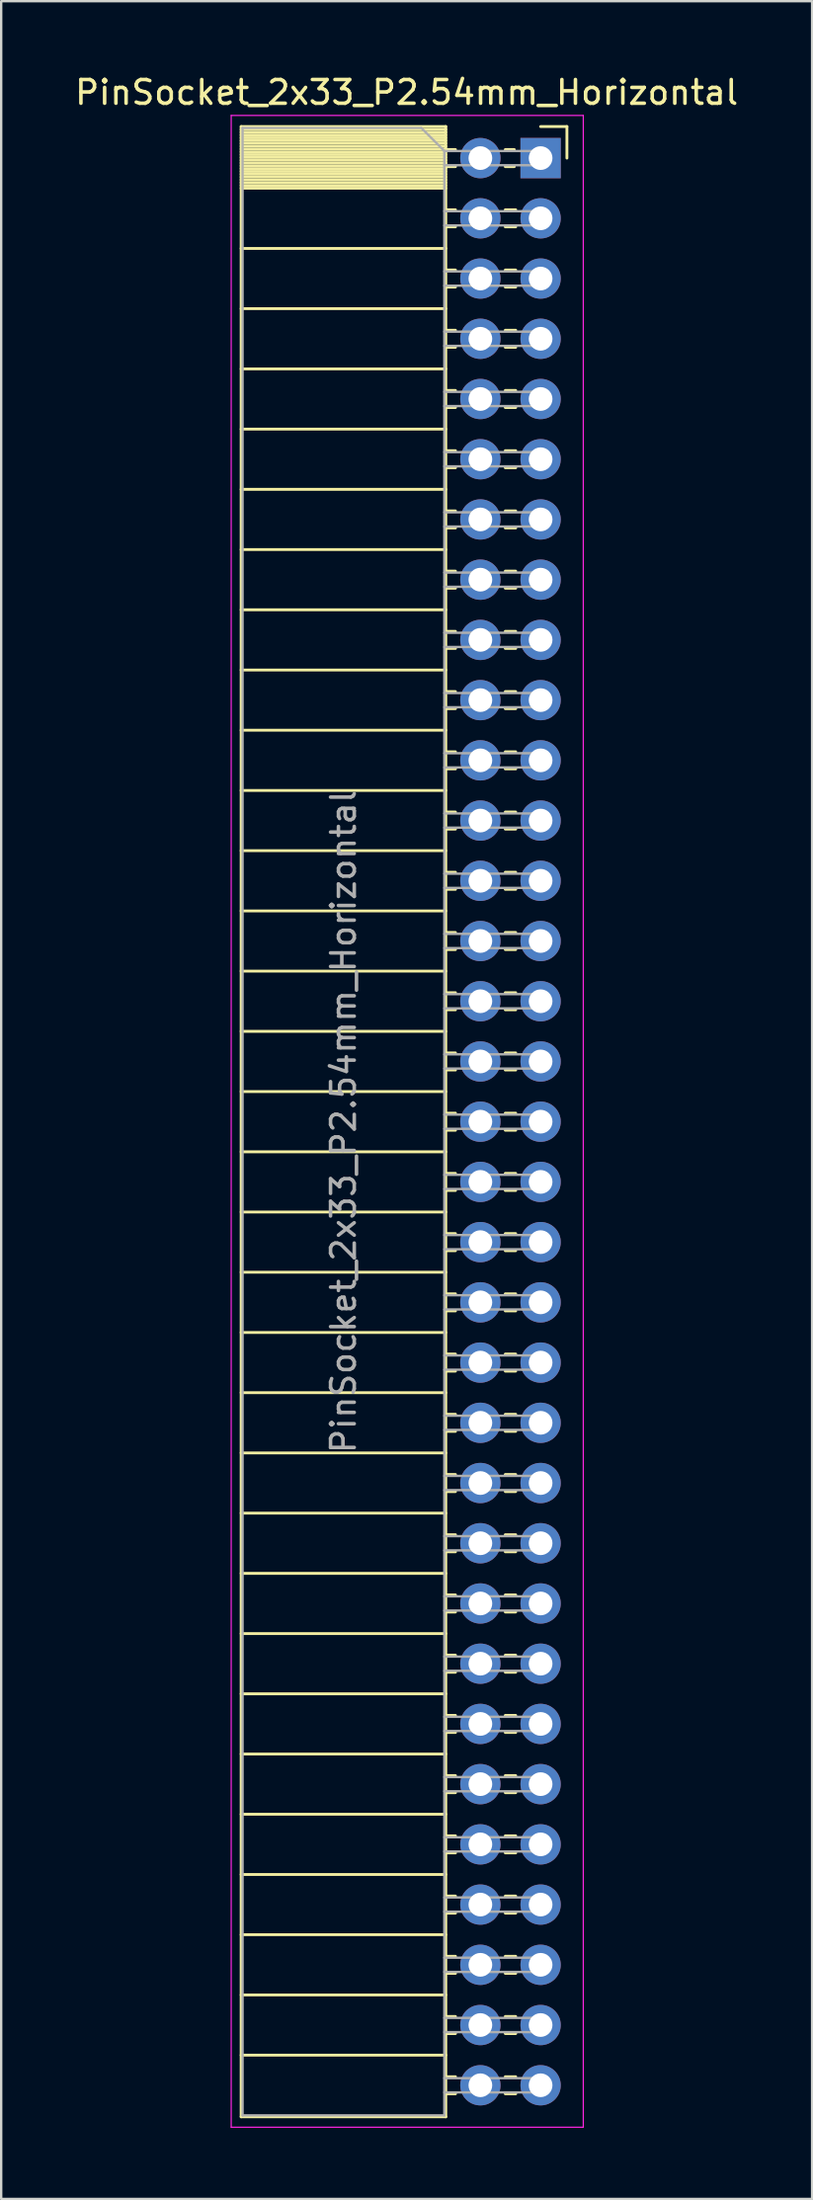
<source format=kicad_pcb>
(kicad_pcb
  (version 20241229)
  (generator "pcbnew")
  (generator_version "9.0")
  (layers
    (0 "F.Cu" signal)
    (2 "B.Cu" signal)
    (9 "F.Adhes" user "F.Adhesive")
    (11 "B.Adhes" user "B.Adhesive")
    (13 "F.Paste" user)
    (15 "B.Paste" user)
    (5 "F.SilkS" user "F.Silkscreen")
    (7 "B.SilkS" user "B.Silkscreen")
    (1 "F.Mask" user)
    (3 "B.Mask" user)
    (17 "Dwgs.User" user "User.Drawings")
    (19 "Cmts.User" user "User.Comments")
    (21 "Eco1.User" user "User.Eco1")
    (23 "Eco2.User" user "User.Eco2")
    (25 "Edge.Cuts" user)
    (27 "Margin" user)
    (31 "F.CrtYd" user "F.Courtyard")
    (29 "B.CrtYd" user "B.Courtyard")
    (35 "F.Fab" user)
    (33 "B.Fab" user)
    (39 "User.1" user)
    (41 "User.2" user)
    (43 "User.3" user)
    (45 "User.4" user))
  (footprint "PinSocket_2x33_P2.54mm_Horizontal"
    (layer "F.Cu")
    (at 19.751 3.618)
    (property "Reference" "PinSocket_2x33_P2.54mm_Horizontal" (at -5.65 -2.77 0) (layer "F.SilkS") (effects (font (size 1 1) (thickness 0.15))))
    (attr through_hole)
    (fp_line (start -12.63 -1.33) (end -12.63 82.61) (stroke (width 0.12) (type solid)) (layer "F.SilkS"))
    (fp_line (start -12.63 -1.33) (end -4 -1.33) (stroke (width 0.12) (type solid)) (layer "F.SilkS"))
    (fp_line (start -12.63 -1.21) (end -4 -1.21) (stroke (width 0.12) (type solid)) (layer "F.SilkS"))
    (fp_line (start -12.63 -1.092) (end -4 -1.092) (stroke (width 0.12) (type solid)) (layer "F.SilkS"))
    (fp_line (start -12.63 -0.974) (end -4 -0.974) (stroke (width 0.12) (type solid)) (layer "F.SilkS"))
    (fp_line (start -12.63 -0.856) (end -4 -0.856) (stroke (width 0.12) (type solid)) (layer "F.SilkS"))
    (fp_line (start -12.63 -0.738) (end -4 -0.738) (stroke (width 0.12) (type solid)) (layer "F.SilkS"))
    (fp_line (start -12.63 -0.62) (end -4 -0.62) (stroke (width 0.12) (type solid)) (layer "F.SilkS"))
    (fp_line (start -12.63 -0.501) (end -4 -0.501) (stroke (width 0.12) (type solid)) (layer "F.SilkS"))
    (fp_line (start -12.63 -0.383) (end -4 -0.383) (stroke (width 0.12) (type solid)) (layer "F.SilkS"))
    (fp_line (start -12.63 -0.265) (end -4 -0.265) (stroke (width 0.12) (type solid)) (layer "F.SilkS"))
    (fp_line (start -12.63 -0.147) (end -4 -0.147) (stroke (width 0.12) (type solid)) (layer "F.SilkS"))
    (fp_line (start -12.63 -0.029) (end -4 -0.029) (stroke (width 0.12) (type solid)) (layer "F.SilkS"))
    (fp_line (start -12.63 0.089) (end -4 0.089) (stroke (width 0.12) (type solid)) (layer "F.SilkS"))
    (fp_line (start -12.63 0.207) (end -4 0.207) (stroke (width 0.12) (type solid)) (layer "F.SilkS"))
    (fp_line (start -12.63 0.325) (end -4 0.325) (stroke (width 0.12) (type solid)) (layer "F.SilkS"))
    (fp_line (start -12.63 0.443) (end -4 0.443) (stroke (width 0.12) (type solid)) (layer "F.SilkS"))
    (fp_line (start -12.63 0.561) (end -4 0.561) (stroke (width 0.12) (type solid)) (layer "F.SilkS"))
    (fp_line (start -12.63 0.68) (end -4 0.68) (stroke (width 0.12) (type solid)) (layer "F.SilkS"))
    (fp_line (start -12.63 0.798) (end -4 0.798) (stroke (width 0.12) (type solid)) (layer "F.SilkS"))
    (fp_line (start -12.63 0.916) (end -4 0.916) (stroke (width 0.12) (type solid)) (layer "F.SilkS"))
    (fp_line (start -12.63 1.034) (end -4 1.034) (stroke (width 0.12) (type solid)) (layer "F.SilkS"))
    (fp_line (start -12.63 1.152) (end -4 1.152) (stroke (width 0.12) (type solid)) (layer "F.SilkS"))
    (fp_line (start -12.63 1.27) (end -4 1.27) (stroke (width 0.12) (type solid)) (layer "F.SilkS"))
    (fp_line (start -12.63 3.81) (end -4 3.81) (stroke (width 0.12) (type solid)) (layer "F.SilkS"))
    (fp_line (start -12.63 6.35) (end -4 6.35) (stroke (width 0.12) (type solid)) (layer "F.SilkS"))
    (fp_line (start -12.63 8.89) (end -4 8.89) (stroke (width 0.12) (type solid)) (layer "F.SilkS"))
    (fp_line (start -12.63 11.43) (end -4 11.43) (stroke (width 0.12) (type solid)) (layer "F.SilkS"))
    (fp_line (start -12.63 13.97) (end -4 13.97) (stroke (width 0.12) (type solid)) (layer "F.SilkS"))
    (fp_line (start -12.63 16.51) (end -4 16.51) (stroke (width 0.12) (type solid)) (layer "F.SilkS"))
    (fp_line (start -12.63 19.05) (end -4 19.05) (stroke (width 0.12) (type solid)) (layer "F.SilkS"))
    (fp_line (start -12.63 21.59) (end -4 21.59) (stroke (width 0.12) (type solid)) (layer "F.SilkS"))
    (fp_line (start -12.63 24.13) (end -4 24.13) (stroke (width 0.12) (type solid)) (layer "F.SilkS"))
    (fp_line (start -12.63 26.67) (end -4 26.67) (stroke (width 0.12) (type solid)) (layer "F.SilkS"))
    (fp_line (start -12.63 29.21) (end -4 29.21) (stroke (width 0.12) (type solid)) (layer "F.SilkS"))
    (fp_line (start -12.63 31.75) (end -4 31.75) (stroke (width 0.12) (type solid)) (layer "F.SilkS"))
    (fp_line (start -12.63 34.29) (end -4 34.29) (stroke (width 0.12) (type solid)) (layer "F.SilkS"))
    (fp_line (start -12.63 36.83) (end -4 36.83) (stroke (width 0.12) (type solid)) (layer "F.SilkS"))
    (fp_line (start -12.63 39.37) (end -4 39.37) (stroke (width 0.12) (type solid)) (layer "F.SilkS"))
    (fp_line (start -12.63 41.91) (end -4 41.91) (stroke (width 0.12) (type solid)) (layer "F.SilkS"))
    (fp_line (start -12.63 44.45) (end -4 44.45) (stroke (width 0.12) (type solid)) (layer "F.SilkS"))
    (fp_line (start -12.63 46.99) (end -4 46.99) (stroke (width 0.12) (type solid)) (layer "F.SilkS"))
    (fp_line (start -12.63 49.53) (end -4 49.53) (stroke (width 0.12) (type solid)) (layer "F.SilkS"))
    (fp_line (start -12.63 52.07) (end -4 52.07) (stroke (width 0.12) (type solid)) (layer "F.SilkS"))
    (fp_line (start -12.63 54.61) (end -4 54.61) (stroke (width 0.12) (type solid)) (layer "F.SilkS"))
    (fp_line (start -12.63 57.15) (end -4 57.15) (stroke (width 0.12) (type solid)) (layer "F.SilkS"))
    (fp_line (start -12.63 59.69) (end -4 59.69) (stroke (width 0.12) (type solid)) (layer "F.SilkS"))
    (fp_line (start -12.63 62.23) (end -4 62.23) (stroke (width 0.12) (type solid)) (layer "F.SilkS"))
    (fp_line (start -12.63 64.77) (end -4 64.77) (stroke (width 0.12) (type solid)) (layer "F.SilkS"))
    (fp_line (start -12.63 67.31) (end -4 67.31) (stroke (width 0.12) (type solid)) (layer "F.SilkS"))
    (fp_line (start -12.63 69.85) (end -4 69.85) (stroke (width 0.12) (type solid)) (layer "F.SilkS"))
    (fp_line (start -12.63 72.39) (end -4 72.39) (stroke (width 0.12) (type solid)) (layer "F.SilkS"))
    (fp_line (start -12.63 74.93) (end -4 74.93) (stroke (width 0.12) (type solid)) (layer "F.SilkS"))
    (fp_line (start -12.63 77.47) (end -4 77.47) (stroke (width 0.12) (type solid)) (layer "F.SilkS"))
    (fp_line (start -12.63 80.01) (end -4 80.01) (stroke (width 0.12) (type solid)) (layer "F.SilkS"))
    (fp_line (start -12.63 82.61) (end -4 82.61) (stroke (width 0.12) (type solid)) (layer "F.SilkS"))
    (fp_line (start -4 -1.33) (end -4 82.61) (stroke (width 0.12) (type solid)) (layer "F.SilkS"))
    (fp_line (start -4 -0.36) (end -3.59 -0.36) (stroke (width 0.12) (type solid)) (layer "F.SilkS"))
    (fp_line (start -4 0.36) (end -3.59 0.36) (stroke (width 0.12) (type solid)) (layer "F.SilkS"))
    (fp_line (start -4 2.18) (end -3.59 2.18) (stroke (width 0.12) (type solid)) (layer "F.SilkS"))
    (fp_line (start -4 2.9) (end -3.59 2.9) (stroke (width 0.12) (type solid)) (layer "F.SilkS"))
    (fp_line (start -4 4.72) (end -3.59 4.72) (stroke (width 0.12) (type solid)) (layer "F.SilkS"))
    (fp_line (start -4 5.44) (end -3.59 5.44) (stroke (width 0.12) (type solid)) (layer "F.SilkS"))
    (fp_line (start -4 7.26) (end -3.59 7.26) (stroke (width 0.12) (type solid)) (layer "F.SilkS"))
    (fp_line (start -4 7.98) (end -3.59 7.98) (stroke (width 0.12) (type solid)) (layer "F.SilkS"))
    (fp_line (start -4 9.8) (end -3.59 9.8) (stroke (width 0.12) (type solid)) (layer "F.SilkS"))
    (fp_line (start -4 10.52) (end -3.59 10.52) (stroke (width 0.12) (type solid)) (layer "F.SilkS"))
    (fp_line (start -4 12.34) (end -3.59 12.34) (stroke (width 0.12) (type solid)) (layer "F.SilkS"))
    (fp_line (start -4 13.06) (end -3.59 13.06) (stroke (width 0.12) (type solid)) (layer "F.SilkS"))
    (fp_line (start -4 14.88) (end -3.59 14.88) (stroke (width 0.12) (type solid)) (layer "F.SilkS"))
    (fp_line (start -4 15.6) (end -3.59 15.6) (stroke (width 0.12) (type solid)) (layer "F.SilkS"))
    (fp_line (start -4 17.42) (end -3.59 17.42) (stroke (width 0.12) (type solid)) (layer "F.SilkS"))
    (fp_line (start -4 18.14) (end -3.59 18.14) (stroke (width 0.12) (type solid)) (layer "F.SilkS"))
    (fp_line (start -4 19.96) (end -3.59 19.96) (stroke (width 0.12) (type solid)) (layer "F.SilkS"))
    (fp_line (start -4 20.68) (end -3.59 20.68) (stroke (width 0.12) (type solid)) (layer "F.SilkS"))
    (fp_line (start -4 22.5) (end -3.59 22.5) (stroke (width 0.12) (type solid)) (layer "F.SilkS"))
    (fp_line (start -4 23.22) (end -3.59 23.22) (stroke (width 0.12) (type solid)) (layer "F.SilkS"))
    (fp_line (start -4 25.04) (end -3.59 25.04) (stroke (width 0.12) (type solid)) (layer "F.SilkS"))
    (fp_line (start -4 25.76) (end -3.59 25.76) (stroke (width 0.12) (type solid)) (layer "F.SilkS"))
    (fp_line (start -4 27.58) (end -3.59 27.58) (stroke (width 0.12) (type solid)) (layer "F.SilkS"))
    (fp_line (start -4 28.3) (end -3.59 28.3) (stroke (width 0.12) (type solid)) (layer "F.SilkS"))
    (fp_line (start -4 30.12) (end -3.59 30.12) (stroke (width 0.12) (type solid)) (layer "F.SilkS"))
    (fp_line (start -4 30.84) (end -3.59 30.84) (stroke (width 0.12) (type solid)) (layer "F.SilkS"))
    (fp_line (start -4 32.66) (end -3.59 32.66) (stroke (width 0.12) (type solid)) (layer "F.SilkS"))
    (fp_line (start -4 33.38) (end -3.59 33.38) (stroke (width 0.12) (type solid)) (layer "F.SilkS"))
    (fp_line (start -4 35.2) (end -3.59 35.2) (stroke (width 0.12) (type solid)) (layer "F.SilkS"))
    (fp_line (start -4 35.92) (end -3.59 35.92) (stroke (width 0.12) (type solid)) (layer "F.SilkS"))
    (fp_line (start -4 37.74) (end -3.59 37.74) (stroke (width 0.12) (type solid)) (layer "F.SilkS"))
    (fp_line (start -4 38.46) (end -3.59 38.46) (stroke (width 0.12) (type solid)) (layer "F.SilkS"))
    (fp_line (start -4 40.28) (end -3.59 40.28) (stroke (width 0.12) (type solid)) (layer "F.SilkS"))
    (fp_line (start -4 41) (end -3.59 41) (stroke (width 0.12) (type solid)) (layer "F.SilkS"))
    (fp_line (start -4 42.82) (end -3.59 42.82) (stroke (width 0.12) (type solid)) (layer "F.SilkS"))
    (fp_line (start -4 43.54) (end -3.59 43.54) (stroke (width 0.12) (type solid)) (layer "F.SilkS"))
    (fp_line (start -4 45.36) (end -3.59 45.36) (stroke (width 0.12) (type solid)) (layer "F.SilkS"))
    (fp_line (start -4 46.08) (end -3.59 46.08) (stroke (width 0.12) (type solid)) (layer "F.SilkS"))
    (fp_line (start -4 47.9) (end -3.59 47.9) (stroke (width 0.12) (type solid)) (layer "F.SilkS"))
    (fp_line (start -4 48.62) (end -3.59 48.62) (stroke (width 0.12) (type solid)) (layer "F.SilkS"))
    (fp_line (start -4 50.44) (end -3.59 50.44) (stroke (width 0.12) (type solid)) (layer "F.SilkS"))
    (fp_line (start -4 51.16) (end -3.59 51.16) (stroke (width 0.12) (type solid)) (layer "F.SilkS"))
    (fp_line (start -4 52.98) (end -3.59 52.98) (stroke (width 0.12) (type solid)) (layer "F.SilkS"))
    (fp_line (start -4 53.7) (end -3.59 53.7) (stroke (width 0.12) (type solid)) (layer "F.SilkS"))
    (fp_line (start -4 55.52) (end -3.59 55.52) (stroke (width 0.12) (type solid)) (layer "F.SilkS"))
    (fp_line (start -4 56.24) (end -3.59 56.24) (stroke (width 0.12) (type solid)) (layer "F.SilkS"))
    (fp_line (start -4 58.06) (end -3.59 58.06) (stroke (width 0.12) (type solid)) (layer "F.SilkS"))
    (fp_line (start -4 58.78) (end -3.59 58.78) (stroke (width 0.12) (type solid)) (layer "F.SilkS"))
    (fp_line (start -4 60.6) (end -3.59 60.6) (stroke (width 0.12) (type solid)) (layer "F.SilkS"))
    (fp_line (start -4 61.32) (end -3.59 61.32) (stroke (width 0.12) (type solid)) (layer "F.SilkS"))
    (fp_line (start -4 63.14) (end -3.59 63.14) (stroke (width 0.12) (type solid)) (layer "F.SilkS"))
    (fp_line (start -4 63.86) (end -3.59 63.86) (stroke (width 0.12) (type solid)) (layer "F.SilkS"))
    (fp_line (start -4 65.68) (end -3.59 65.68) (stroke (width 0.12) (type solid)) (layer "F.SilkS"))
    (fp_line (start -4 66.4) (end -3.59 66.4) (stroke (width 0.12) (type solid)) (layer "F.SilkS"))
    (fp_line (start -4 68.22) (end -3.59 68.22) (stroke (width 0.12) (type solid)) (layer "F.SilkS"))
    (fp_line (start -4 68.94) (end -3.59 68.94) (stroke (width 0.12) (type solid)) (layer "F.SilkS"))
    (fp_line (start -4 70.76) (end -3.59 70.76) (stroke (width 0.12) (type solid)) (layer "F.SilkS"))
    (fp_line (start -4 71.48) (end -3.59 71.48) (stroke (width 0.12) (type solid)) (layer "F.SilkS"))
    (fp_line (start -4 73.3) (end -3.59 73.3) (stroke (width 0.12) (type solid)) (layer "F.SilkS"))
    (fp_line (start -4 74.02) (end -3.59 74.02) (stroke (width 0.12) (type solid)) (layer "F.SilkS"))
    (fp_line (start -4 75.84) (end -3.59 75.84) (stroke (width 0.12) (type solid)) (layer "F.SilkS"))
    (fp_line (start -4 76.56) (end -3.59 76.56) (stroke (width 0.12) (type solid)) (layer "F.SilkS"))
    (fp_line (start -4 78.38) (end -3.59 78.38) (stroke (width 0.12) (type solid)) (layer "F.SilkS"))
    (fp_line (start -4 79.1) (end -3.59 79.1) (stroke (width 0.12) (type solid)) (layer "F.SilkS"))
    (fp_line (start -4 80.92) (end -3.59 80.92) (stroke (width 0.12) (type solid)) (layer "F.SilkS"))
    (fp_line (start -4 81.64) (end -3.59 81.64) (stroke (width 0.12) (type solid)) (layer "F.SilkS"))
    (fp_line (start -1.49 -0.36) (end -1.11 -0.36) (stroke (width 0.12) (type solid)) (layer "F.SilkS"))
    (fp_line (start -1.49 0.36) (end -1.11 0.36) (stroke (width 0.12) (type solid)) (layer "F.SilkS"))
    (fp_line (start -1.49 2.18) (end -1.05 2.18) (stroke (width 0.12) (type solid)) (layer "F.SilkS"))
    (fp_line (start -1.49 2.9) (end -1.05 2.9) (stroke (width 0.12) (type solid)) (layer "F.SilkS"))
    (fp_line (start -1.49 4.72) (end -1.05 4.72) (stroke (width 0.12) (type solid)) (layer "F.SilkS"))
    (fp_line (start -1.49 5.44) (end -1.05 5.44) (stroke (width 0.12) (type solid)) (layer "F.SilkS"))
    (fp_line (start -1.49 7.26) (end -1.05 7.26) (stroke (width 0.12) (type solid)) (layer "F.SilkS"))
    (fp_line (start -1.49 7.98) (end -1.05 7.98) (stroke (width 0.12) (type solid)) (layer "F.SilkS"))
    (fp_line (start -1.49 9.8) (end -1.05 9.8) (stroke (width 0.12) (type solid)) (layer "F.SilkS"))
    (fp_line (start -1.49 10.52) (end -1.05 10.52) (stroke (width 0.12) (type solid)) (layer "F.SilkS"))
    (fp_line (start -1.49 12.34) (end -1.05 12.34) (stroke (width 0.12) (type solid)) (layer "F.SilkS"))
    (fp_line (start -1.49 13.06) (end -1.05 13.06) (stroke (width 0.12) (type solid)) (layer "F.SilkS"))
    (fp_line (start -1.49 14.88) (end -1.05 14.88) (stroke (width 0.12) (type solid)) (layer "F.SilkS"))
    (fp_line (start -1.49 15.6) (end -1.05 15.6) (stroke (width 0.12) (type solid)) (layer "F.SilkS"))
    (fp_line (start -1.49 17.42) (end -1.05 17.42) (stroke (width 0.12) (type solid)) (layer "F.SilkS"))
    (fp_line (start -1.49 18.14) (end -1.05 18.14) (stroke (width 0.12) (type solid)) (layer "F.SilkS"))
    (fp_line (start -1.49 19.96) (end -1.05 19.96) (stroke (width 0.12) (type solid)) (layer "F.SilkS"))
    (fp_line (start -1.49 20.68) (end -1.05 20.68) (stroke (width 0.12) (type solid)) (layer "F.SilkS"))
    (fp_line (start -1.49 22.5) (end -1.05 22.5) (stroke (width 0.12) (type solid)) (layer "F.SilkS"))
    (fp_line (start -1.49 23.22) (end -1.05 23.22) (stroke (width 0.12) (type solid)) (layer "F.SilkS"))
    (fp_line (start -1.49 25.04) (end -1.05 25.04) (stroke (width 0.12) (type solid)) (layer "F.SilkS"))
    (fp_line (start -1.49 25.76) (end -1.05 25.76) (stroke (width 0.12) (type solid)) (layer "F.SilkS"))
    (fp_line (start -1.49 27.58) (end -1.05 27.58) (stroke (width 0.12) (type solid)) (layer "F.SilkS"))
    (fp_line (start -1.49 28.3) (end -1.05 28.3) (stroke (width 0.12) (type solid)) (layer "F.SilkS"))
    (fp_line (start -1.49 30.12) (end -1.05 30.12) (stroke (width 0.12) (type solid)) (layer "F.SilkS"))
    (fp_line (start -1.49 30.84) (end -1.05 30.84) (stroke (width 0.12) (type solid)) (layer "F.SilkS"))
    (fp_line (start -1.49 32.66) (end -1.05 32.66) (stroke (width 0.12) (type solid)) (layer "F.SilkS"))
    (fp_line (start -1.49 33.38) (end -1.05 33.38) (stroke (width 0.12) (type solid)) (layer "F.SilkS"))
    (fp_line (start -1.49 35.2) (end -1.05 35.2) (stroke (width 0.12) (type solid)) (layer "F.SilkS"))
    (fp_line (start -1.49 35.92) (end -1.05 35.92) (stroke (width 0.12) (type solid)) (layer "F.SilkS"))
    (fp_line (start -1.49 37.74) (end -1.05 37.74) (stroke (width 0.12) (type solid)) (layer "F.SilkS"))
    (fp_line (start -1.49 38.46) (end -1.05 38.46) (stroke (width 0.12) (type solid)) (layer "F.SilkS"))
    (fp_line (start -1.49 40.28) (end -1.05 40.28) (stroke (width 0.12) (type solid)) (layer "F.SilkS"))
    (fp_line (start -1.49 41) (end -1.05 41) (stroke (width 0.12) (type solid)) (layer "F.SilkS"))
    (fp_line (start -1.49 42.82) (end -1.05 42.82) (stroke (width 0.12) (type solid)) (layer "F.SilkS"))
    (fp_line (start -1.49 43.54) (end -1.05 43.54) (stroke (width 0.12) (type solid)) (layer "F.SilkS"))
    (fp_line (start -1.49 45.36) (end -1.05 45.36) (stroke (width 0.12) (type solid)) (layer "F.SilkS"))
    (fp_line (start -1.49 46.08) (end -1.05 46.08) (stroke (width 0.12) (type solid)) (layer "F.SilkS"))
    (fp_line (start -1.49 47.9) (end -1.05 47.9) (stroke (width 0.12) (type solid)) (layer "F.SilkS"))
    (fp_line (start -1.49 48.62) (end -1.05 48.62) (stroke (width 0.12) (type solid)) (layer "F.SilkS"))
    (fp_line (start -1.49 50.44) (end -1.05 50.44) (stroke (width 0.12) (type solid)) (layer "F.SilkS"))
    (fp_line (start -1.49 51.16) (end -1.05 51.16) (stroke (width 0.12) (type solid)) (layer "F.SilkS"))
    (fp_line (start -1.49 52.98) (end -1.05 52.98) (stroke (width 0.12) (type solid)) (layer "F.SilkS"))
    (fp_line (start -1.49 53.7) (end -1.05 53.7) (stroke (width 0.12) (type solid)) (layer "F.SilkS"))
    (fp_line (start -1.49 55.52) (end -1.05 55.52) (stroke (width 0.12) (type solid)) (layer "F.SilkS"))
    (fp_line (start -1.49 56.24) (end -1.05 56.24) (stroke (width 0.12) (type solid)) (layer "F.SilkS"))
    (fp_line (start -1.49 58.06) (end -1.05 58.06) (stroke (width 0.12) (type solid)) (layer "F.SilkS"))
    (fp_line (start -1.49 58.78) (end -1.05 58.78) (stroke (width 0.12) (type solid)) (layer "F.SilkS"))
    (fp_line (start -1.49 60.6) (end -1.05 60.6) (stroke (width 0.12) (type solid)) (layer "F.SilkS"))
    (fp_line (start -1.49 61.32) (end -1.05 61.32) (stroke (width 0.12) (type solid)) (layer "F.SilkS"))
    (fp_line (start -1.49 63.14) (end -1.05 63.14) (stroke (width 0.12) (type solid)) (layer "F.SilkS"))
    (fp_line (start -1.49 63.86) (end -1.05 63.86) (stroke (width 0.12) (type solid)) (layer "F.SilkS"))
    (fp_line (start -1.49 65.68) (end -1.05 65.68) (stroke (width 0.12) (type solid)) (layer "F.SilkS"))
    (fp_line (start -1.49 66.4) (end -1.05 66.4) (stroke (width 0.12) (type solid)) (layer "F.SilkS"))
    (fp_line (start -1.49 68.22) (end -1.05 68.22) (stroke (width 0.12) (type solid)) (layer "F.SilkS"))
    (fp_line (start -1.49 68.94) (end -1.05 68.94) (stroke (width 0.12) (type solid)) (layer "F.SilkS"))
    (fp_line (start -1.49 70.76) (end -1.05 70.76) (stroke (width 0.12) (type solid)) (layer "F.SilkS"))
    (fp_line (start -1.49 71.48) (end -1.05 71.48) (stroke (width 0.12) (type solid)) (layer "F.SilkS"))
    (fp_line (start -1.49 73.3) (end -1.05 73.3) (stroke (width 0.12) (type solid)) (layer "F.SilkS"))
    (fp_line (start -1.49 74.02) (end -1.05 74.02) (stroke (width 0.12) (type solid)) (layer "F.SilkS"))
    (fp_line (start -1.49 75.84) (end -1.05 75.84) (stroke (width 0.12) (type solid)) (layer "F.SilkS"))
    (fp_line (start -1.49 76.56) (end -1.05 76.56) (stroke (width 0.12) (type solid)) (layer "F.SilkS"))
    (fp_line (start -1.49 78.38) (end -1.05 78.38) (stroke (width 0.12) (type solid)) (layer "F.SilkS"))
    (fp_line (start -1.49 79.1) (end -1.05 79.1) (stroke (width 0.12) (type solid)) (layer "F.SilkS"))
    (fp_line (start -1.49 80.92) (end -1.05 80.92) (stroke (width 0.12) (type solid)) (layer "F.SilkS"))
    (fp_line (start -1.49 81.64) (end -1.05 81.64) (stroke (width 0.12) (type solid)) (layer "F.SilkS"))
    (fp_line (start 0 -1.33) (end 1.11 -1.33) (stroke (width 0.12) (type solid)) (layer "F.SilkS"))
    (fp_line (start 1.11 -1.33) (end 1.11 0) (stroke (width 0.12) (type solid)) (layer "F.SilkS"))
    (fp_line (start -13.05 -1.8) (end -13.05 83.05) (stroke (width 0.05) (type solid)) (layer "F.CrtYd"))
    (fp_line (start -13.05 83.05) (end 1.8 83.05) (stroke (width 0.05) (type solid)) (layer "F.CrtYd"))
    (fp_line (start 1.8 -1.8) (end -13.05 -1.8) (stroke (width 0.05) (type solid)) (layer "F.CrtYd"))
    (fp_line (start 1.8 83.05) (end 1.8 -1.8) (stroke (width 0.05) (type solid)) (layer "F.CrtYd"))
    (fp_line (start -12.57 -1.27) (end -5.03 -1.27) (stroke (width 0.1) (type solid)) (layer "F.Fab"))
    (fp_line (start -12.57 82.55) (end -12.57 -1.27) (stroke (width 0.1) (type solid)) (layer "F.Fab"))
    (fp_line (start -5.03 -1.27) (end -4.06 -0.3) (stroke (width 0.1) (type solid)) (layer "F.Fab"))
    (fp_line (start -4.06 -0.3) (end -4.06 82.55) (stroke (width 0.1) (type solid)) (layer "F.Fab"))
    (fp_line (start -4.06 0.3) (end 0 0.3) (stroke (width 0.1) (type solid)) (layer "F.Fab"))
    (fp_line (start -4.06 2.84) (end 0 2.84) (stroke (width 0.1) (type solid)) (layer "F.Fab"))
    (fp_line (start -4.06 5.38) (end 0 5.38) (stroke (width 0.1) (type solid)) (layer "F.Fab"))
    (fp_line (start -4.06 7.92) (end 0 7.92) (stroke (width 0.1) (type solid)) (layer "F.Fab"))
    (fp_line (start -4.06 10.46) (end 0 10.46) (stroke (width 0.1) (type solid)) (layer "F.Fab"))
    (fp_line (start -4.06 13) (end 0 13) (stroke (width 0.1) (type solid)) (layer "F.Fab"))
    (fp_line (start -4.06 15.54) (end 0 15.54) (stroke (width 0.1) (type solid)) (layer "F.Fab"))
    (fp_line (start -4.06 18.08) (end 0 18.08) (stroke (width 0.1) (type solid)) (layer "F.Fab"))
    (fp_line (start -4.06 20.62) (end 0 20.62) (stroke (width 0.1) (type solid)) (layer "F.Fab"))
    (fp_line (start -4.06 23.16) (end 0 23.16) (stroke (width 0.1) (type solid)) (layer "F.Fab"))
    (fp_line (start -4.06 25.7) (end 0 25.7) (stroke (width 0.1) (type solid)) (layer "F.Fab"))
    (fp_line (start -4.06 28.24) (end 0 28.24) (stroke (width 0.1) (type solid)) (layer "F.Fab"))
    (fp_line (start -4.06 30.78) (end 0 30.78) (stroke (width 0.1) (type solid)) (layer "F.Fab"))
    (fp_line (start -4.06 33.32) (end 0 33.32) (stroke (width 0.1) (type solid)) (layer "F.Fab"))
    (fp_line (start -4.06 35.86) (end 0 35.86) (stroke (width 0.1) (type solid)) (layer "F.Fab"))
    (fp_line (start -4.06 38.4) (end 0 38.4) (stroke (width 0.1) (type solid)) (layer "F.Fab"))
    (fp_line (start -4.06 40.94) (end 0 40.94) (stroke (width 0.1) (type solid)) (layer "F.Fab"))
    (fp_line (start -4.06 43.48) (end 0 43.48) (stroke (width 0.1) (type solid)) (layer "F.Fab"))
    (fp_line (start -4.06 46.02) (end 0 46.02) (stroke (width 0.1) (type solid)) (layer "F.Fab"))
    (fp_line (start -4.06 48.56) (end 0 48.56) (stroke (width 0.1) (type solid)) (layer "F.Fab"))
    (fp_line (start -4.06 51.1) (end 0 51.1) (stroke (width 0.1) (type solid)) (layer "F.Fab"))
    (fp_line (start -4.06 53.64) (end 0 53.64) (stroke (width 0.1) (type solid)) (layer "F.Fab"))
    (fp_line (start -4.06 56.18) (end 0 56.18) (stroke (width 0.1) (type solid)) (layer "F.Fab"))
    (fp_line (start -4.06 58.72) (end 0 58.72) (stroke (width 0.1) (type solid)) (layer "F.Fab"))
    (fp_line (start -4.06 61.26) (end 0 61.26) (stroke (width 0.1) (type solid)) (layer "F.Fab"))
    (fp_line (start -4.06 63.8) (end 0 63.8) (stroke (width 0.1) (type solid)) (layer "F.Fab"))
    (fp_line (start -4.06 66.34) (end 0 66.34) (stroke (width 0.1) (type solid)) (layer "F.Fab"))
    (fp_line (start -4.06 68.88) (end 0 68.88) (stroke (width 0.1) (type solid)) (layer "F.Fab"))
    (fp_line (start -4.06 71.42) (end 0 71.42) (stroke (width 0.1) (type solid)) (layer "F.Fab"))
    (fp_line (start -4.06 73.96) (end 0 73.96) (stroke (width 0.1) (type solid)) (layer "F.Fab"))
    (fp_line (start -4.06 76.5) (end 0 76.5) (stroke (width 0.1) (type solid)) (layer "F.Fab"))
    (fp_line (start -4.06 79.04) (end 0 79.04) (stroke (width 0.1) (type solid)) (layer "F.Fab"))
    (fp_line (start -4.06 81.58) (end 0 81.58) (stroke (width 0.1) (type solid)) (layer "F.Fab"))
    (fp_line (start -4.06 82.55) (end -12.57 82.55) (stroke (width 0.1) (type solid)) (layer "F.Fab"))
    (fp_line (start 0 -0.3) (end -4.06 -0.3) (stroke (width 0.1) (type solid)) (layer "F.Fab"))
    (fp_line (start 0 0.3) (end 0 -0.3) (stroke (width 0.1) (type solid)) (layer "F.Fab"))
    (fp_line (start 0 2.24) (end -4.06 2.24) (stroke (width 0.1) (type solid)) (layer "F.Fab"))
    (fp_line (start 0 2.84) (end 0 2.24) (stroke (width 0.1) (type solid)) (layer "F.Fab"))
    (fp_line (start 0 4.78) (end -4.06 4.78) (stroke (width 0.1) (type solid)) (layer "F.Fab"))
    (fp_line (start 0 5.38) (end 0 4.78) (stroke (width 0.1) (type solid)) (layer "F.Fab"))
    (fp_line (start 0 7.32) (end -4.06 7.32) (stroke (width 0.1) (type solid)) (layer "F.Fab"))
    (fp_line (start 0 7.92) (end 0 7.32) (stroke (width 0.1) (type solid)) (layer "F.Fab"))
    (fp_line (start 0 9.86) (end -4.06 9.86) (stroke (width 0.1) (type solid)) (layer "F.Fab"))
    (fp_line (start 0 10.46) (end 0 9.86) (stroke (width 0.1) (type solid)) (layer "F.Fab"))
    (fp_line (start 0 12.4) (end -4.06 12.4) (stroke (width 0.1) (type solid)) (layer "F.Fab"))
    (fp_line (start 0 13) (end 0 12.4) (stroke (width 0.1) (type solid)) (layer "F.Fab"))
    (fp_line (start 0 14.94) (end -4.06 14.94) (stroke (width 0.1) (type solid)) (layer "F.Fab"))
    (fp_line (start 0 15.54) (end 0 14.94) (stroke (width 0.1) (type solid)) (layer "F.Fab"))
    (fp_line (start 0 17.48) (end -4.06 17.48) (stroke (width 0.1) (type solid)) (layer "F.Fab"))
    (fp_line (start 0 18.08) (end 0 17.48) (stroke (width 0.1) (type solid)) (layer "F.Fab"))
    (fp_line (start 0 20.02) (end -4.06 20.02) (stroke (width 0.1) (type solid)) (layer "F.Fab"))
    (fp_line (start 0 20.62) (end 0 20.02) (stroke (width 0.1) (type solid)) (layer "F.Fab"))
    (fp_line (start 0 22.56) (end -4.06 22.56) (stroke (width 0.1) (type solid)) (layer "F.Fab"))
    (fp_line (start 0 23.16) (end 0 22.56) (stroke (width 0.1) (type solid)) (layer "F.Fab"))
    (fp_line (start 0 25.1) (end -4.06 25.1) (stroke (width 0.1) (type solid)) (layer "F.Fab"))
    (fp_line (start 0 25.7) (end 0 25.1) (stroke (width 0.1) (type solid)) (layer "F.Fab"))
    (fp_line (start 0 27.64) (end -4.06 27.64) (stroke (width 0.1) (type solid)) (layer "F.Fab"))
    (fp_line (start 0 28.24) (end 0 27.64) (stroke (width 0.1) (type solid)) (layer "F.Fab"))
    (fp_line (start 0 30.18) (end -4.06 30.18) (stroke (width 0.1) (type solid)) (layer "F.Fab"))
    (fp_line (start 0 30.78) (end 0 30.18) (stroke (width 0.1) (type solid)) (layer "F.Fab"))
    (fp_line (start 0 32.72) (end -4.06 32.72) (stroke (width 0.1) (type solid)) (layer "F.Fab"))
    (fp_line (start 0 33.32) (end 0 32.72) (stroke (width 0.1) (type solid)) (layer "F.Fab"))
    (fp_line (start 0 35.26) (end -4.06 35.26) (stroke (width 0.1) (type solid)) (layer "F.Fab"))
    (fp_line (start 0 35.86) (end 0 35.26) (stroke (width 0.1) (type solid)) (layer "F.Fab"))
    (fp_line (start 0 37.8) (end -4.06 37.8) (stroke (width 0.1) (type solid)) (layer "F.Fab"))
    (fp_line (start 0 38.4) (end 0 37.8) (stroke (width 0.1) (type solid)) (layer "F.Fab"))
    (fp_line (start 0 40.34) (end -4.06 40.34) (stroke (width 0.1) (type solid)) (layer "F.Fab"))
    (fp_line (start 0 40.94) (end 0 40.34) (stroke (width 0.1) (type solid)) (layer "F.Fab"))
    (fp_line (start 0 42.88) (end -4.06 42.88) (stroke (width 0.1) (type solid)) (layer "F.Fab"))
    (fp_line (start 0 43.48) (end 0 42.88) (stroke (width 0.1) (type solid)) (layer "F.Fab"))
    (fp_line (start 0 45.42) (end -4.06 45.42) (stroke (width 0.1) (type solid)) (layer "F.Fab"))
    (fp_line (start 0 46.02) (end 0 45.42) (stroke (width 0.1) (type solid)) (layer "F.Fab"))
    (fp_line (start 0 47.96) (end -4.06 47.96) (stroke (width 0.1) (type solid)) (layer "F.Fab"))
    (fp_line (start 0 48.56) (end 0 47.96) (stroke (width 0.1) (type solid)) (layer "F.Fab"))
    (fp_line (start 0 50.5) (end -4.06 50.5) (stroke (width 0.1) (type solid)) (layer "F.Fab"))
    (fp_line (start 0 51.1) (end 0 50.5) (stroke (width 0.1) (type solid)) (layer "F.Fab"))
    (fp_line (start 0 53.04) (end -4.06 53.04) (stroke (width 0.1) (type solid)) (layer "F.Fab"))
    (fp_line (start 0 53.64) (end 0 53.04) (stroke (width 0.1) (type solid)) (layer "F.Fab"))
    (fp_line (start 0 55.58) (end -4.06 55.58) (stroke (width 0.1) (type solid)) (layer "F.Fab"))
    (fp_line (start 0 56.18) (end 0 55.58) (stroke (width 0.1) (type solid)) (layer "F.Fab"))
    (fp_line (start 0 58.12) (end -4.06 58.12) (stroke (width 0.1) (type solid)) (layer "F.Fab"))
    (fp_line (start 0 58.72) (end 0 58.12) (stroke (width 0.1) (type solid)) (layer "F.Fab"))
    (fp_line (start 0 60.66) (end -4.06 60.66) (stroke (width 0.1) (type solid)) (layer "F.Fab"))
    (fp_line (start 0 61.26) (end 0 60.66) (stroke (width 0.1) (type solid)) (layer "F.Fab"))
    (fp_line (start 0 63.2) (end -4.06 63.2) (stroke (width 0.1) (type solid)) (layer "F.Fab"))
    (fp_line (start 0 63.8) (end 0 63.2) (stroke (width 0.1) (type solid)) (layer "F.Fab"))
    (fp_line (start 0 65.74) (end -4.06 65.74) (stroke (width 0.1) (type solid)) (layer "F.Fab"))
    (fp_line (start 0 66.34) (end 0 65.74) (stroke (width 0.1) (type solid)) (layer "F.Fab"))
    (fp_line (start 0 68.28) (end -4.06 68.28) (stroke (width 0.1) (type solid)) (layer "F.Fab"))
    (fp_line (start 0 68.88) (end 0 68.28) (stroke (width 0.1) (type solid)) (layer "F.Fab"))
    (fp_line (start 0 70.82) (end -4.06 70.82) (stroke (width 0.1) (type solid)) (layer "F.Fab"))
    (fp_line (start 0 71.42) (end 0 70.82) (stroke (width 0.1) (type solid)) (layer "F.Fab"))
    (fp_line (start 0 73.36) (end -4.06 73.36) (stroke (width 0.1) (type solid)) (layer "F.Fab"))
    (fp_line (start 0 73.96) (end 0 73.36) (stroke (width 0.1) (type solid)) (layer "F.Fab"))
    (fp_line (start 0 75.9) (end -4.06 75.9) (stroke (width 0.1) (type solid)) (layer "F.Fab"))
    (fp_line (start 0 76.5) (end 0 75.9) (stroke (width 0.1) (type solid)) (layer "F.Fab"))
    (fp_line (start 0 78.44) (end -4.06 78.44) (stroke (width 0.1) (type solid)) (layer "F.Fab"))
    (fp_line (start 0 79.04) (end 0 78.44) (stroke (width 0.1) (type solid)) (layer "F.Fab"))
    (fp_line (start 0 80.98) (end -4.06 80.98) (stroke (width 0.1) (type solid)) (layer "F.Fab"))
    (fp_line (start 0 81.58) (end 0 80.98) (stroke (width 0.1) (type solid)) (layer "F.Fab"))
    (fp_text user "${REFERENCE}" (at -8.315 40.64 90) (layer "F.Fab") (effects (font (size 1 1) (thickness 0.15))))
    (pad "1" thru_hole rect (at 0 0) (size 1.7 1.7) (drill 1) (layers "*.Cu" "*.Mask"))
    (pad "2" thru_hole circle (at -2.54 0) (size 1.7 1.7) (drill 1) (layers "*.Cu" "*.Mask"))
    (pad "3" thru_hole circle (at 0 2.54) (size 1.7 1.7) (drill 1) (layers "*.Cu" "*.Mask"))
    (pad "4" thru_hole circle (at -2.54 2.54) (size 1.7 1.7) (drill 1) (layers "*.Cu" "*.Mask"))
    (pad "5" thru_hole circle (at 0 5.08) (size 1.7 1.7) (drill 1) (layers "*.Cu" "*.Mask"))
    (pad "6" thru_hole circle (at -2.54 5.08) (size 1.7 1.7) (drill 1) (layers "*.Cu" "*.Mask"))
    (pad "7" thru_hole circle (at 0 7.62) (size 1.7 1.7) (drill 1) (layers "*.Cu" "*.Mask"))
    (pad "8" thru_hole circle (at -2.54 7.62) (size 1.7 1.7) (drill 1) (layers "*.Cu" "*.Mask"))
    (pad "9" thru_hole circle (at 0 10.16) (size 1.7 1.7) (drill 1) (layers "*.Cu" "*.Mask"))
    (pad "10" thru_hole circle (at -2.54 10.16) (size 1.7 1.7) (drill 1) (layers "*.Cu" "*.Mask"))
    (pad "11" thru_hole circle (at 0 12.7) (size 1.7 1.7) (drill 1) (layers "*.Cu" "*.Mask"))
    (pad "12" thru_hole circle (at -2.54 12.7) (size 1.7 1.7) (drill 1) (layers "*.Cu" "*.Mask"))
    (pad "13" thru_hole circle (at 0 15.24) (size 1.7 1.7) (drill 1) (layers "*.Cu" "*.Mask"))
    (pad "14" thru_hole circle (at -2.54 15.24) (size 1.7 1.7) (drill 1) (layers "*.Cu" "*.Mask"))
    (pad "15" thru_hole circle (at 0 17.78) (size 1.7 1.7) (drill 1) (layers "*.Cu" "*.Mask"))
    (pad "16" thru_hole circle (at -2.54 17.78) (size 1.7 1.7) (drill 1) (layers "*.Cu" "*.Mask"))
    (pad "17" thru_hole circle (at 0 20.32) (size 1.7 1.7) (drill 1) (layers "*.Cu" "*.Mask"))
    (pad "18" thru_hole circle (at -2.54 20.32) (size 1.7 1.7) (drill 1) (layers "*.Cu" "*.Mask"))
    (pad "19" thru_hole circle (at 0 22.86) (size 1.7 1.7) (drill 1) (layers "*.Cu" "*.Mask"))
    (pad "20" thru_hole circle (at -2.54 22.86) (size 1.7 1.7) (drill 1) (layers "*.Cu" "*.Mask"))
    (pad "21" thru_hole circle (at 0 25.4) (size 1.7 1.7) (drill 1) (layers "*.Cu" "*.Mask"))
    (pad "22" thru_hole circle (at -2.54 25.4) (size 1.7 1.7) (drill 1) (layers "*.Cu" "*.Mask"))
    (pad "23" thru_hole circle (at 0 27.94) (size 1.7 1.7) (drill 1) (layers "*.Cu" "*.Mask"))
    (pad "24" thru_hole circle (at -2.54 27.94) (size 1.7 1.7) (drill 1) (layers "*.Cu" "*.Mask"))
    (pad "25" thru_hole circle (at 0 30.48) (size 1.7 1.7) (drill 1) (layers "*.Cu" "*.Mask"))
    (pad "26" thru_hole circle (at -2.54 30.48) (size 1.7 1.7) (drill 1) (layers "*.Cu" "*.Mask"))
    (pad "27" thru_hole circle (at 0 33.02) (size 1.7 1.7) (drill 1) (layers "*.Cu" "*.Mask"))
    (pad "28" thru_hole circle (at -2.54 33.02) (size 1.7 1.7) (drill 1) (layers "*.Cu" "*.Mask"))
    (pad "29" thru_hole circle (at 0 35.56) (size 1.7 1.7) (drill 1) (layers "*.Cu" "*.Mask"))
    (pad "30" thru_hole circle (at -2.54 35.56) (size 1.7 1.7) (drill 1) (layers "*.Cu" "*.Mask"))
    (pad "31" thru_hole circle (at 0 38.1) (size 1.7 1.7) (drill 1) (layers "*.Cu" "*.Mask"))
    (pad "32" thru_hole circle (at -2.54 38.1) (size 1.7 1.7) (drill 1) (layers "*.Cu" "*.Mask"))
    (pad "33" thru_hole circle (at 0 40.64) (size 1.7 1.7) (drill 1) (layers "*.Cu" "*.Mask"))
    (pad "34" thru_hole circle (at -2.54 40.64) (size 1.7 1.7) (drill 1) (layers "*.Cu" "*.Mask"))
    (pad "35" thru_hole circle (at 0 43.18) (size 1.7 1.7) (drill 1) (layers "*.Cu" "*.Mask"))
    (pad "36" thru_hole circle (at -2.54 43.18) (size 1.7 1.7) (drill 1) (layers "*.Cu" "*.Mask"))
    (pad "37" thru_hole circle (at 0 45.72) (size 1.7 1.7) (drill 1) (layers "*.Cu" "*.Mask"))
    (pad "38" thru_hole circle (at -2.54 45.72) (size 1.7 1.7) (drill 1) (layers "*.Cu" "*.Mask"))
    (pad "39" thru_hole circle (at 0 48.26) (size 1.7 1.7) (drill 1) (layers "*.Cu" "*.Mask"))
    (pad "40" thru_hole circle (at -2.54 48.26) (size 1.7 1.7) (drill 1) (layers "*.Cu" "*.Mask"))
    (pad "41" thru_hole circle (at 0 50.8) (size 1.7 1.7) (drill 1) (layers "*.Cu" "*.Mask"))
    (pad "42" thru_hole circle (at -2.54 50.8) (size 1.7 1.7) (drill 1) (layers "*.Cu" "*.Mask"))
    (pad "43" thru_hole circle (at 0 53.34) (size 1.7 1.7) (drill 1) (layers "*.Cu" "*.Mask"))
    (pad "44" thru_hole circle (at -2.54 53.34) (size 1.7 1.7) (drill 1) (layers "*.Cu" "*.Mask"))
    (pad "45" thru_hole circle (at 0 55.88) (size 1.7 1.7) (drill 1) (layers "*.Cu" "*.Mask"))
    (pad "46" thru_hole circle (at -2.54 55.88) (size 1.7 1.7) (drill 1) (layers "*.Cu" "*.Mask"))
    (pad "47" thru_hole circle (at 0 58.42) (size 1.7 1.7) (drill 1) (layers "*.Cu" "*.Mask"))
    (pad "48" thru_hole circle (at -2.54 58.42) (size 1.7 1.7) (drill 1) (layers "*.Cu" "*.Mask"))
    (pad "49" thru_hole circle (at 0 60.96) (size 1.7 1.7) (drill 1) (layers "*.Cu" "*.Mask"))
    (pad "50" thru_hole circle (at -2.54 60.96) (size 1.7 1.7) (drill 1) (layers "*.Cu" "*.Mask"))
    (pad "51" thru_hole circle (at 0 63.5) (size 1.7 1.7) (drill 1) (layers "*.Cu" "*.Mask"))
    (pad "52" thru_hole circle (at -2.54 63.5) (size 1.7 1.7) (drill 1) (layers "*.Cu" "*.Mask"))
    (pad "53" thru_hole circle (at 0 66.04) (size 1.7 1.7) (drill 1) (layers "*.Cu" "*.Mask"))
    (pad "54" thru_hole circle (at -2.54 66.04) (size 1.7 1.7) (drill 1) (layers "*.Cu" "*.Mask"))
    (pad "55" thru_hole circle (at 0 68.58) (size 1.7 1.7) (drill 1) (layers "*.Cu" "*.Mask"))
    (pad "56" thru_hole circle (at -2.54 68.58) (size 1.7 1.7) (drill 1) (layers "*.Cu" "*.Mask"))
    (pad "57" thru_hole circle (at 0 71.12) (size 1.7 1.7) (drill 1) (layers "*.Cu" "*.Mask"))
    (pad "58" thru_hole circle (at -2.54 71.12) (size 1.7 1.7) (drill 1) (layers "*.Cu" "*.Mask"))
    (pad "59" thru_hole circle (at 0 73.66) (size 1.7 1.7) (drill 1) (layers "*.Cu" "*.Mask"))
    (pad "60" thru_hole circle (at -2.54 73.66) (size 1.7 1.7) (drill 1) (layers "*.Cu" "*.Mask"))
    (pad "61" thru_hole circle (at 0 76.2) (size 1.7 1.7) (drill 1) (layers "*.Cu" "*.Mask"))
    (pad "62" thru_hole circle (at -2.54 76.2) (size 1.7 1.7) (drill 1) (layers "*.Cu" "*.Mask"))
    (pad "63" thru_hole circle (at 0 78.74) (size 1.7 1.7) (drill 1) (layers "*.Cu" "*.Mask"))
    (pad "64" thru_hole circle (at -2.54 78.74) (size 1.7 1.7) (drill 1) (layers "*.Cu" "*.Mask"))
    (pad "65" thru_hole circle (at 0 81.28) (size 1.7 1.7) (drill 1) (layers "*.Cu" "*.Mask"))
    (pad "66" thru_hole circle (at -2.54 81.28) (size 1.7 1.7) (drill 1) (layers "*.Cu" "*.Mask")))
  (gr_rect
    (start -3 -3)
    (end 31.202 89.693)
    (stroke (width 0.1) (type default))
    (fill no)
    (layer "Edge.Cuts")))
</source>
